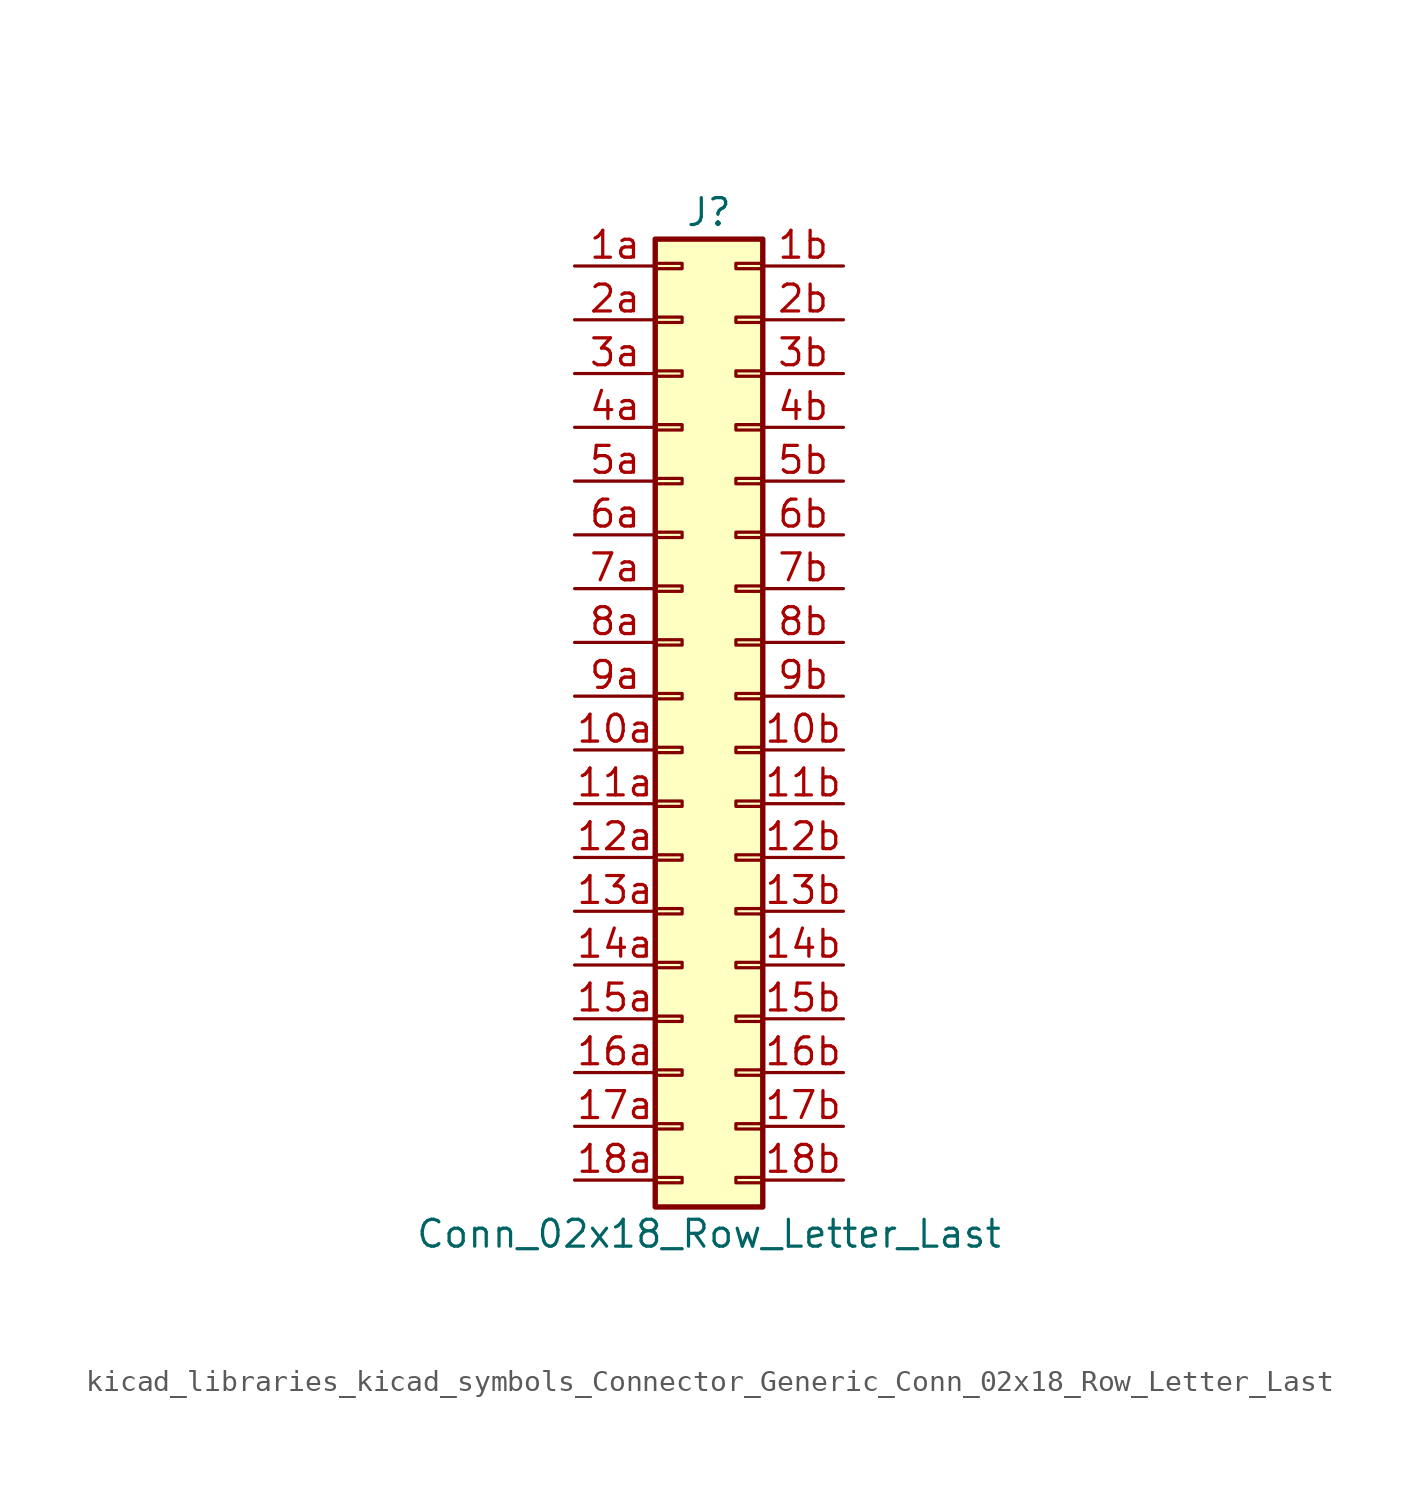
<source format=kicad_sym>
(kicad_symbol_lib
  (version 20220914)
  (generator kicad_symbol_editor)
  (symbol "kicad_libraries_kicad_symbols_Connector_Generic_Conn_02x18_Row_Letter_Last"
    (pin_names
      (offset 1.016) hide)
    (property "Reference" "J"
      (at 1.27 22.86 0)
      (effects (font (size 1.27 1.27))))
    (property "Value" "Conn_02x18_Row_Letter_Last"
      (at 1.27 -25.4 0)
      (effects (font (size 1.27 1.27))))
    (symbol "kicad_libraries_kicad_symbols_Connector_Generic_Conn_02x18_Row_Letter_Last_1_1"
      (rectangle (start -1.27 -22.733) (end 0 -22.987) (stroke (width 0.152) (type default)) (fill (type none)))
      (rectangle (start -1.27 -20.193) (end 0 -20.447) (stroke (width 0.152) (type default)) (fill (type none)))
      (rectangle (start -1.27 -17.653) (end 0 -17.907) (stroke (width 0.152) (type default)) (fill (type none)))
      (rectangle (start -1.27 -15.113) (end 0 -15.367) (stroke (width 0.152) (type default)) (fill (type none)))
      (rectangle (start -1.27 -12.573) (end 0 -12.827) (stroke (width 0.152) (type default)) (fill (type none)))
      (rectangle (start -1.27 -10.033) (end 0 -10.287) (stroke (width 0.152) (type default)) (fill (type none)))
      (rectangle (start -1.27 -7.493) (end 0 -7.747) (stroke (width 0.152) (type default)) (fill (type none)))
      (rectangle (start -1.27 -4.953) (end 0 -5.207) (stroke (width 0.152) (type default)) (fill (type none)))
      (rectangle (start -1.27 -2.413) (end 0 -2.667) (stroke (width 0.152) (type default)) (fill (type none)))
      (rectangle (start -1.27 0.127) (end 0 -0.127) (stroke (width 0.152) (type default)) (fill (type none)))
      (rectangle (start -1.27 2.667) (end 0 2.413) (stroke (width 0.152) (type default)) (fill (type none)))
      (rectangle (start -1.27 5.207) (end 0 4.953) (stroke (width 0.152) (type default)) (fill (type none)))
      (rectangle (start -1.27 7.747) (end 0 7.493) (stroke (width 0.152) (type default)) (fill (type none)))
      (rectangle (start -1.27 10.287) (end 0 10.033) (stroke (width 0.152) (type default)) (fill (type none)))
      (rectangle (start -1.27 12.827) (end 0 12.573) (stroke (width 0.152) (type default)) (fill (type none)))
      (rectangle (start -1.27 15.367) (end 0 15.113) (stroke (width 0.152) (type default)) (fill (type none)))
      (rectangle (start -1.27 17.907) (end 0 17.653) (stroke (width 0.152) (type default)) (fill (type none)))
      (rectangle (start -1.27 20.447) (end 0 20.193) (stroke (width 0.152) (type default)) (fill (type none)))
      (rectangle (start -1.27 21.59) (end 3.81 -24.13) (stroke (width 0.254) (type default)) (fill (type background)))
      (rectangle (start 3.81 -22.733) (end 2.54 -22.987) (stroke (width 0.152) (type default)) (fill (type none)))
      (rectangle (start 3.81 -20.193) (end 2.54 -20.447) (stroke (width 0.152) (type default)) (fill (type none)))
      (rectangle (start 3.81 -17.653) (end 2.54 -17.907) (stroke (width 0.152) (type default)) (fill (type none)))
      (rectangle (start 3.81 -15.113) (end 2.54 -15.367) (stroke (width 0.152) (type default)) (fill (type none)))
      (rectangle (start 3.81 -12.573) (end 2.54 -12.827) (stroke (width 0.152) (type default)) (fill (type none)))
      (rectangle (start 3.81 -10.033) (end 2.54 -10.287) (stroke (width 0.152) (type default)) (fill (type none)))
      (rectangle (start 3.81 -7.493) (end 2.54 -7.747) (stroke (width 0.152) (type default)) (fill (type none)))
      (rectangle (start 3.81 -4.953) (end 2.54 -5.207) (stroke (width 0.152) (type default)) (fill (type none)))
      (rectangle (start 3.81 -2.413) (end 2.54 -2.667) (stroke (width 0.152) (type default)) (fill (type none)))
      (rectangle (start 3.81 0.127) (end 2.54 -0.127) (stroke (width 0.152) (type default)) (fill (type none)))
      (rectangle (start 3.81 2.667) (end 2.54 2.413) (stroke (width 0.152) (type default)) (fill (type none)))
      (rectangle (start 3.81 5.207) (end 2.54 4.953) (stroke (width 0.152) (type default)) (fill (type none)))
      (rectangle (start 3.81 7.747) (end 2.54 7.493) (stroke (width 0.152) (type default)) (fill (type none)))
      (rectangle (start 3.81 10.287) (end 2.54 10.033) (stroke (width 0.152) (type default)) (fill (type none)))
      (rectangle (start 3.81 12.827) (end 2.54 12.573) (stroke (width 0.152) (type default)) (fill (type none)))
      (rectangle (start 3.81 15.367) (end 2.54 15.113) (stroke (width 0.152) (type default)) (fill (type none)))
      (rectangle (start 3.81 17.907) (end 2.54 17.653) (stroke (width 0.152) (type default)) (fill (type none)))
      (rectangle (start 3.81 20.447) (end 2.54 20.193) (stroke (width 0.152) (type default)) (fill (type none)))
      (pin passive line (at -5.08 -2.54 0) (length 3.81) (name "Pin_10a" (effects (font (size 1.27 1.27)))) (number "10a" (effects (font (size 1.27 1.27)))))
      (pin passive line (at 7.62 -2.54 180) (length 3.81) (name "Pin_10b" (effects (font (size 1.27 1.27)))) (number "10b" (effects (font (size 1.27 1.27)))))
      (pin passive line (at -5.08 -5.08 0) (length 3.81) (name "Pin_11a" (effects (font (size 1.27 1.27)))) (number "11a" (effects (font (size 1.27 1.27)))))
      (pin passive line (at 7.62 -5.08 180) (length 3.81) (name "Pin_11b" (effects (font (size 1.27 1.27)))) (number "11b" (effects (font (size 1.27 1.27)))))
      (pin passive line (at -5.08 -7.62 0) (length 3.81) (name "Pin_12a" (effects (font (size 1.27 1.27)))) (number "12a" (effects (font (size 1.27 1.27)))))
      (pin passive line (at 7.62 -7.62 180) (length 3.81) (name "Pin_12b" (effects (font (size 1.27 1.27)))) (number "12b" (effects (font (size 1.27 1.27)))))
      (pin passive line (at -5.08 -10.16 0) (length 3.81) (name "Pin_13a" (effects (font (size 1.27 1.27)))) (number "13a" (effects (font (size 1.27 1.27)))))
      (pin passive line (at 7.62 -10.16 180) (length 3.81) (name "Pin_13b" (effects (font (size 1.27 1.27)))) (number "13b" (effects (font (size 1.27 1.27)))))
      (pin passive line (at -5.08 -12.7 0) (length 3.81) (name "Pin_14a" (effects (font (size 1.27 1.27)))) (number "14a" (effects (font (size 1.27 1.27)))))
      (pin passive line (at 7.62 -12.7 180) (length 3.81) (name "Pin_14b" (effects (font (size 1.27 1.27)))) (number "14b" (effects (font (size 1.27 1.27)))))
      (pin passive line (at -5.08 -15.24 0) (length 3.81) (name "Pin_15a" (effects (font (size 1.27 1.27)))) (number "15a" (effects (font (size 1.27 1.27)))))
      (pin passive line (at 7.62 -15.24 180) (length 3.81) (name "Pin_15b" (effects (font (size 1.27 1.27)))) (number "15b" (effects (font (size 1.27 1.27)))))
      (pin passive line (at -5.08 -17.78 0) (length 3.81) (name "Pin_16a" (effects (font (size 1.27 1.27)))) (number "16a" (effects (font (size 1.27 1.27)))))
      (pin passive line (at 7.62 -17.78 180) (length 3.81) (name "Pin_16b" (effects (font (size 1.27 1.27)))) (number "16b" (effects (font (size 1.27 1.27)))))
      (pin passive line (at -5.08 -20.32 0) (length 3.81) (name "Pin_17a" (effects (font (size 1.27 1.27)))) (number "17a" (effects (font (size 1.27 1.27)))))
      (pin passive line (at 7.62 -20.32 180) (length 3.81) (name "Pin_17b" (effects (font (size 1.27 1.27)))) (number "17b" (effects (font (size 1.27 1.27)))))
      (pin passive line (at -5.08 -22.86 0) (length 3.81) (name "Pin_18a" (effects (font (size 1.27 1.27)))) (number "18a" (effects (font (size 1.27 1.27)))))
      (pin passive line (at 7.62 -22.86 180) (length 3.81) (name "Pin_18b" (effects (font (size 1.27 1.27)))) (number "18b" (effects (font (size 1.27 1.27)))))
      (pin passive line (at -5.08 20.32 0) (length 3.81) (name "Pin_1a" (effects (font (size 1.27 1.27)))) (number "1a" (effects (font (size 1.27 1.27)))))
      (pin passive line (at 7.62 20.32 180) (length 3.81) (name "Pin_1b" (effects (font (size 1.27 1.27)))) (number "1b" (effects (font (size 1.27 1.27)))))
      (pin passive line (at -5.08 17.78 0) (length 3.81) (name "Pin_2a" (effects (font (size 1.27 1.27)))) (number "2a" (effects (font (size 1.27 1.27)))))
      (pin passive line (at 7.62 17.78 180) (length 3.81) (name "Pin_2b" (effects (font (size 1.27 1.27)))) (number "2b" (effects (font (size 1.27 1.27)))))
      (pin passive line (at -5.08 15.24 0) (length 3.81) (name "Pin_3a" (effects (font (size 1.27 1.27)))) (number "3a" (effects (font (size 1.27 1.27)))))
      (pin passive line (at 7.62 15.24 180) (length 3.81) (name "Pin_3b" (effects (font (size 1.27 1.27)))) (number "3b" (effects (font (size 1.27 1.27)))))
      (pin passive line (at -5.08 12.7 0) (length 3.81) (name "Pin_4a" (effects (font (size 1.27 1.27)))) (number "4a" (effects (font (size 1.27 1.27)))))
      (pin passive line (at 7.62 12.7 180) (length 3.81) (name "Pin_4b" (effects (font (size 1.27 1.27)))) (number "4b" (effects (font (size 1.27 1.27)))))
      (pin passive line (at -5.08 10.16 0) (length 3.81) (name "Pin_5a" (effects (font (size 1.27 1.27)))) (number "5a" (effects (font (size 1.27 1.27)))))
      (pin passive line (at 7.62 10.16 180) (length 3.81) (name "Pin_5b" (effects (font (size 1.27 1.27)))) (number "5b" (effects (font (size 1.27 1.27)))))
      (pin passive line (at -5.08 7.62 0) (length 3.81) (name "Pin_6a" (effects (font (size 1.27 1.27)))) (number "6a" (effects (font (size 1.27 1.27)))))
      (pin passive line (at 7.62 7.62 180) (length 3.81) (name "Pin_6b" (effects (font (size 1.27 1.27)))) (number "6b" (effects (font (size 1.27 1.27)))))
      (pin passive line (at -5.08 5.08 0) (length 3.81) (name "Pin_7a" (effects (font (size 1.27 1.27)))) (number "7a" (effects (font (size 1.27 1.27)))))
      (pin passive line (at 7.62 5.08 180) (length 3.81) (name "Pin_7b" (effects (font (size 1.27 1.27)))) (number "7b" (effects (font (size 1.27 1.27)))))
      (pin passive line (at -5.08 2.54 0) (length 3.81) (name "Pin_8a" (effects (font (size 1.27 1.27)))) (number "8a" (effects (font (size 1.27 1.27)))))
      (pin passive line (at 7.62 2.54 180) (length 3.81) (name "Pin_8b" (effects (font (size 1.27 1.27)))) (number "8b" (effects (font (size 1.27 1.27)))))
      (pin passive line (at -5.08 0 0) (length 3.81) (name "Pin_9a" (effects (font (size 1.27 1.27)))) (number "9a" (effects (font (size 1.27 1.27)))))
      (pin passive line (at 7.62 0 180) (length 3.81) (name "Pin_9b" (effects (font (size 1.27 1.27)))) (number "9b" (effects (font (size 1.27 1.27))))))))
</source>
